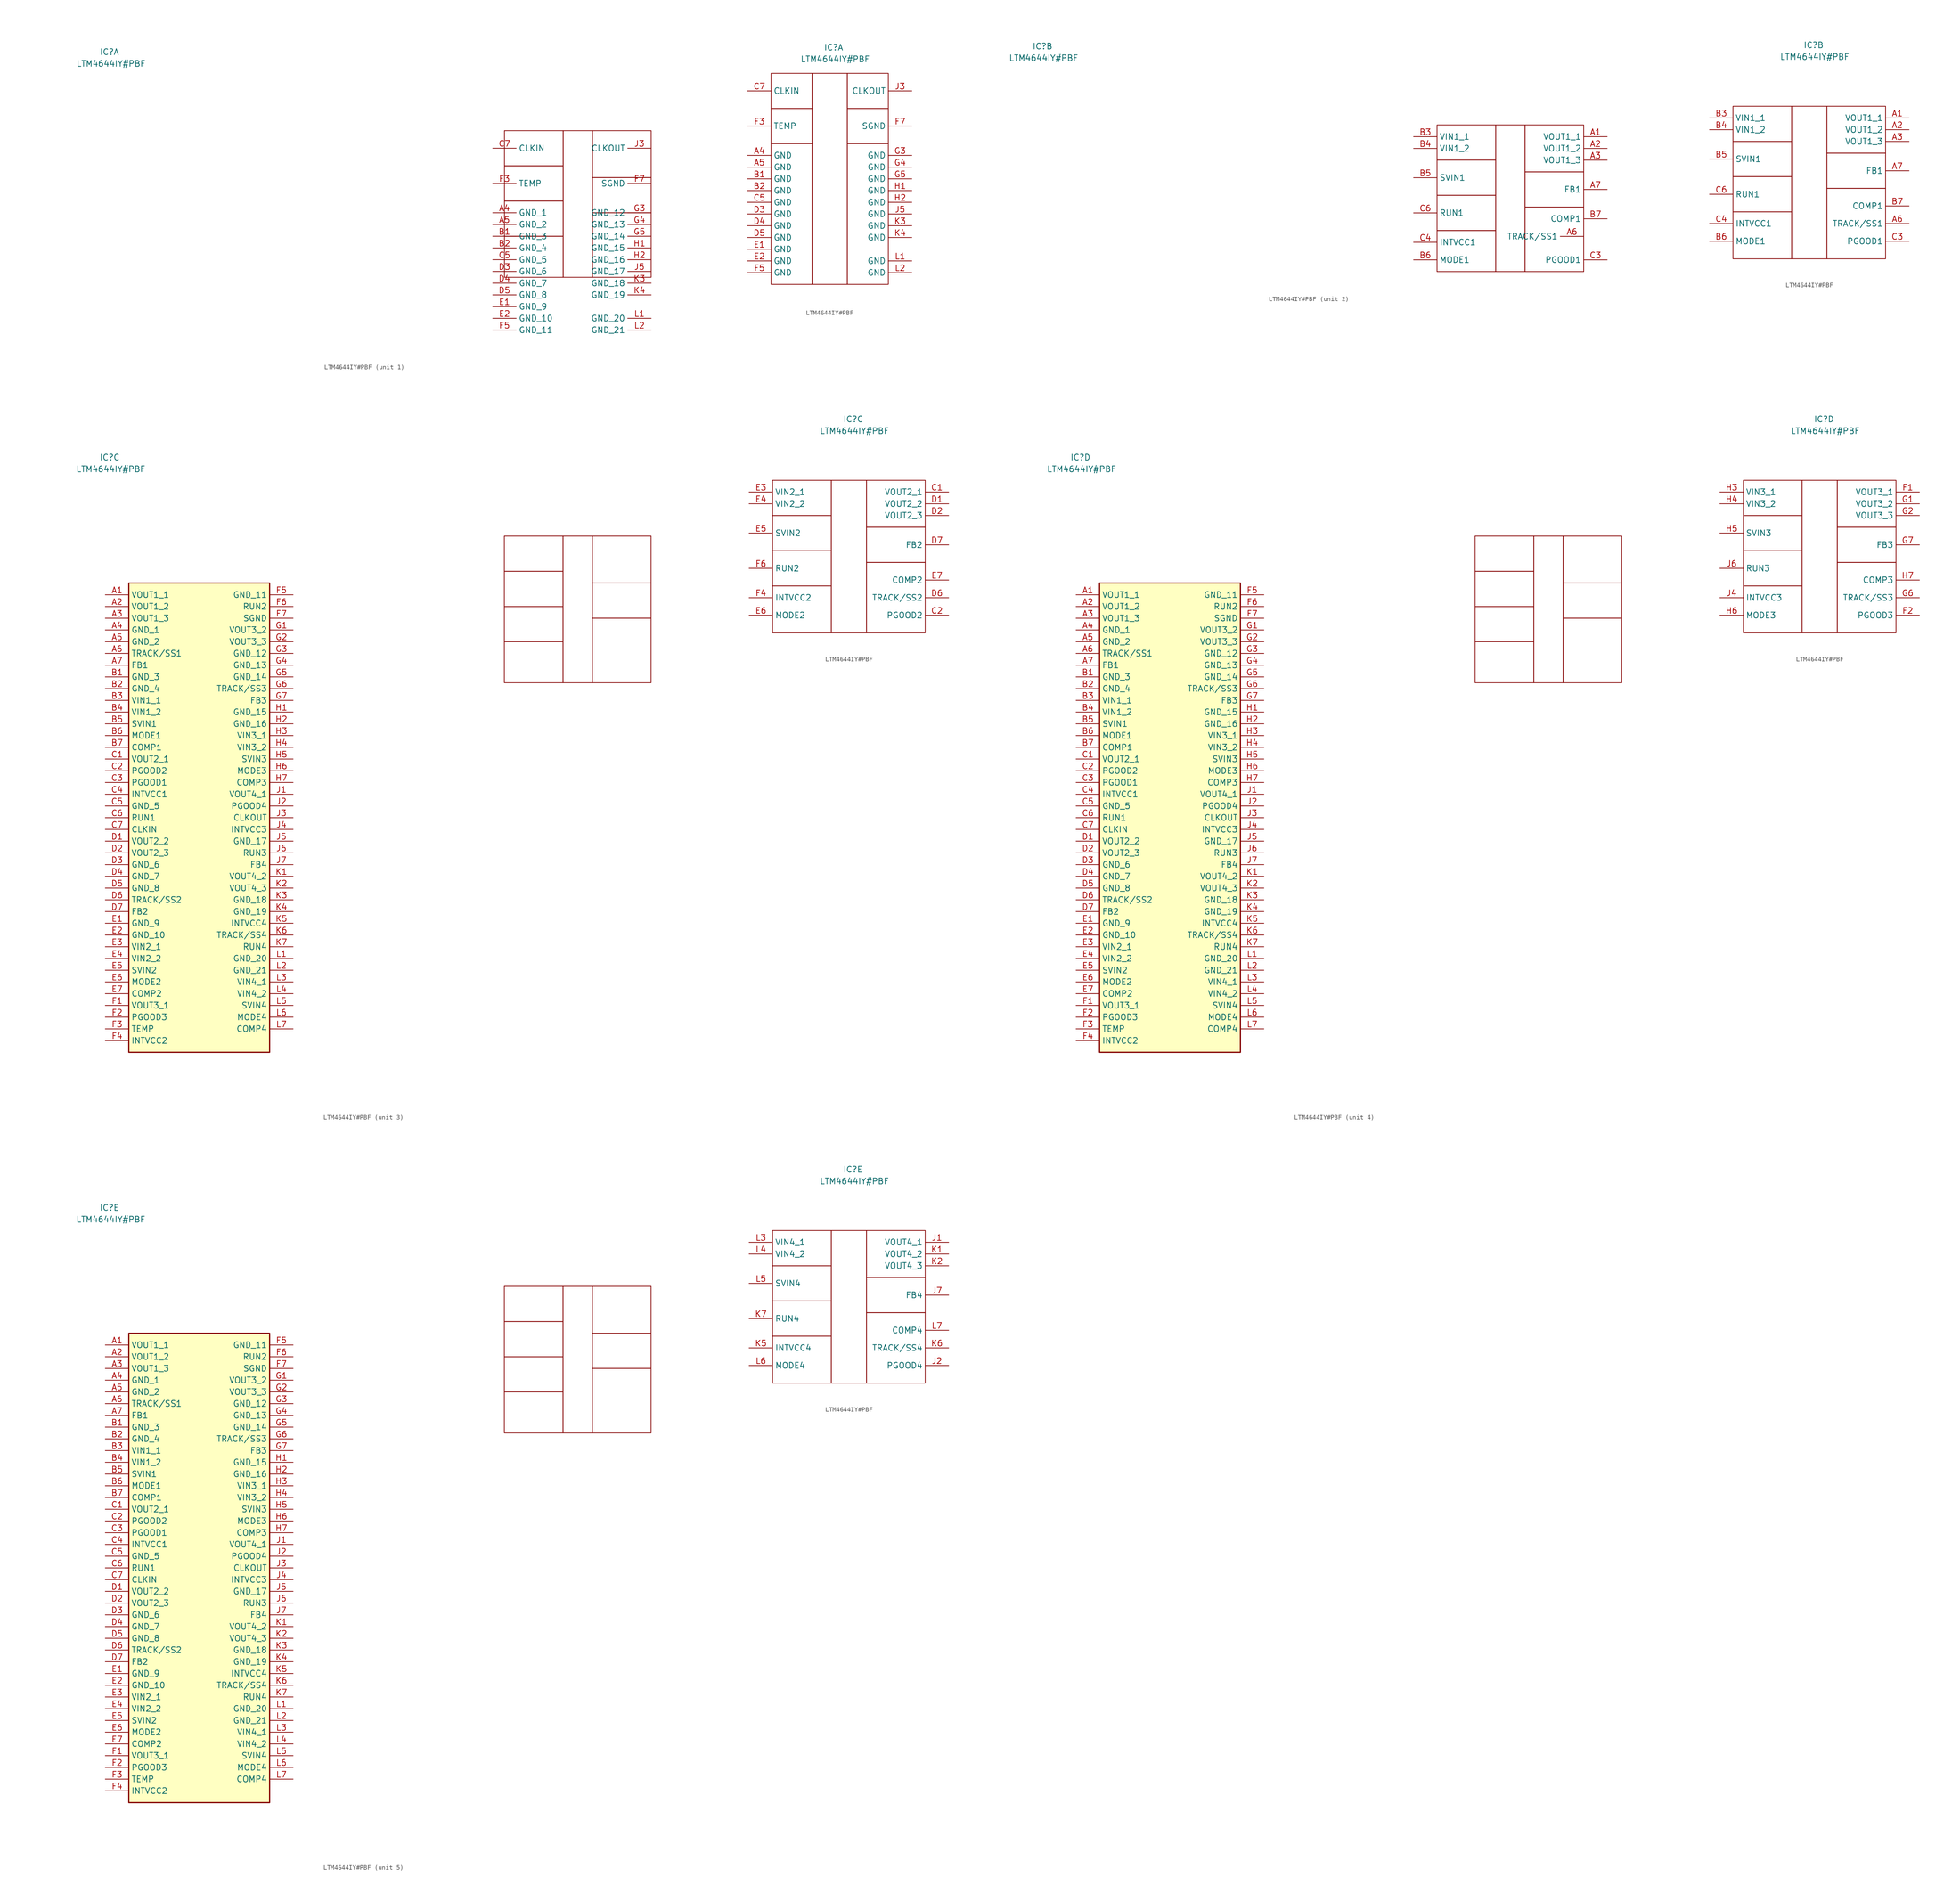
<source format=kicad_sym>
(kicad_symbol_lib
  (version 20241209)
  (generator "kicad_symbol_editor")
  (generator_version "9.0")
  (symbol "LTM4644IY#PBF"
    (property "Reference" "IC"
      (at -1.27 30.48 0)
      (effects (font (size 1.27 1.27)) (justify left top)))
    (property "Value" "LTM4644IY#PBF"
      (at -6.35 27.94 0)
      (effects (font (size 1.27 1.27)) (justify left top)))
    (property "ki_locked" ""
      (at 0 0 0)
      (effects (font (size 1.27 1.27))))
    (symbol "LTM4644IY#PBF_0_1"
      (rectangle (start 86.36 12.7) (end 99.06 5.08) (stroke (width 0) (type default)) (fill (type none)))
      (rectangle (start 86.36 5.08) (end 99.06 -2.54) (stroke (width 0) (type default)) (fill (type none)))
      (rectangle (start 86.36 -2.54) (end 99.06 -10.16) (stroke (width 0) (type default)) (fill (type none)))
      (rectangle (start 86.36 -10.16) (end 99.06 -19.05) (stroke (width 0) (type default)) (fill (type none)))
      (rectangle (start 99.06 12.7) (end 105.41 -19.05) (stroke (width 0) (type default)) (fill (type none)))
      (rectangle (start 105.41 12.7) (end 118.11 2.54) (stroke (width 0) (type default)) (fill (type none)))
      (rectangle (start 105.41 2.54) (end 118.11 -5.08) (stroke (width 0) (type default)) (fill (type none)))
      (rectangle (start 105.41 -5.08) (end 118.11 -19.05) (stroke (width 0) (type default)) (fill (type none))))
    (symbol "LTM4644IY#PBF_1_1"
      (pin passive line (at 83.82 8.89 0) (length 5.08) (name "CLKIN" (effects (font (size 1.27 1.27)))) (number "C7" (effects (font (size 1.27 1.27)))))
      (pin passive line (at 83.82 1.27 0) (length 5.08) (name "TEMP" (effects (font (size 1.27 1.27)))) (number "F3" (effects (font (size 1.27 1.27)))))
      (pin passive line (at 83.82 -5.08 0) (length 5.08) (name "GND_1" (effects (font (size 1.27 1.27)))) (number "A4" (effects (font (size 1.27 1.27)))))
      (pin passive line (at 83.82 -7.62 0) (length 5.08) (name "GND_2" (effects (font (size 1.27 1.27)))) (number "A5" (effects (font (size 1.27 1.27)))))
      (pin passive line (at 83.82 -10.16 0) (length 5.08) (name "GND_3" (effects (font (size 1.27 1.27)))) (number "B1" (effects (font (size 1.27 1.27)))))
      (pin passive line (at 83.82 -12.7 0) (length 5.08) (name "GND_4" (effects (font (size 1.27 1.27)))) (number "B2" (effects (font (size 1.27 1.27)))))
      (pin passive line (at 83.82 -15.24 0) (length 5.08) (name "GND_5" (effects (font (size 1.27 1.27)))) (number "C5" (effects (font (size 1.27 1.27)))))
      (pin passive line (at 83.82 -17.78 0) (length 5.08) (name "GND_6" (effects (font (size 1.27 1.27)))) (number "D3" (effects (font (size 1.27 1.27)))))
      (pin passive line (at 83.82 -20.32 0) (length 5.08) (name "GND_7" (effects (font (size 1.27 1.27)))) (number "D4" (effects (font (size 1.27 1.27)))))
      (pin passive line (at 83.82 -22.86 0) (length 5.08) (name "GND_8" (effects (font (size 1.27 1.27)))) (number "D5" (effects (font (size 1.27 1.27)))))
      (pin passive line (at 83.82 -25.4 0) (length 5.08) (name "GND_9" (effects (font (size 1.27 1.27)))) (number "E1" (effects (font (size 1.27 1.27)))))
      (pin passive line (at 83.82 -27.94 0) (length 5.08) (name "GND_10" (effects (font (size 1.27 1.27)))) (number "E2" (effects (font (size 1.27 1.27)))))
      (pin passive line (at 83.82 -30.48 0) (length 5.08) (name "GND_11" (effects (font (size 1.27 1.27)))) (number "F5" (effects (font (size 1.27 1.27)))))
      (pin passive line (at 118.11 8.89 180) (length 5.08) (name "CLKOUT" (effects (font (size 1.27 1.27)))) (number "J3" (effects (font (size 1.27 1.27)))))
      (pin passive line (at 118.11 1.27 180) (length 5.08) (name "SGND" (effects (font (size 1.27 1.27)))) (number "F7" (effects (font (size 1.27 1.27)))))
      (pin passive line (at 118.11 -5.08 180) (length 5.08) (name "GND_12" (effects (font (size 1.27 1.27)))) (number "G3" (effects (font (size 1.27 1.27)))))
      (pin passive line (at 118.11 -7.62 180) (length 5.08) (name "GND_13" (effects (font (size 1.27 1.27)))) (number "G4" (effects (font (size 1.27 1.27)))))
      (pin passive line (at 118.11 -10.16 180) (length 5.08) (name "GND_14" (effects (font (size 1.27 1.27)))) (number "G5" (effects (font (size 1.27 1.27)))))
      (pin passive line (at 118.11 -12.7 180) (length 5.08) (name "GND_15" (effects (font (size 1.27 1.27)))) (number "H1" (effects (font (size 1.27 1.27)))))
      (pin passive line (at 118.11 -15.24 180) (length 5.08) (name "GND_16" (effects (font (size 1.27 1.27)))) (number "H2" (effects (font (size 1.27 1.27)))))
      (pin passive line (at 118.11 -17.78 180) (length 5.08) (name "GND_17" (effects (font (size 1.27 1.27)))) (number "J5" (effects (font (size 1.27 1.27)))))
      (pin passive line (at 118.11 -20.32 180) (length 5.08) (name "GND_18" (effects (font (size 1.27 1.27)))) (number "K3" (effects (font (size 1.27 1.27)))))
      (pin passive line (at 118.11 -22.86 180) (length 5.08) (name "GND_19" (effects (font (size 1.27 1.27)))) (number "K4" (effects (font (size 1.27 1.27)))))
      (pin passive line (at 118.11 -27.94 180) (length 5.08) (name "GND_20" (effects (font (size 1.27 1.27)))) (number "L1" (effects (font (size 1.27 1.27)))))
      (pin passive line (at 118.11 -30.48 180) (length 5.08) (name "GND_21" (effects (font (size 1.27 1.27)))) (number "L2" (effects (font (size 1.27 1.27))))))
    (symbol "LTM4644IY#PBF_1_2"
      (rectangle (start -12.7 24.13) (end -3.81 16.51) (stroke (width 0) (type default)) (fill (type none)))
      (rectangle (start -12.7 16.51) (end -3.81 8.89) (stroke (width 0) (type default)) (fill (type none)))
      (rectangle (start -12.7 8.89) (end -3.81 -21.59) (stroke (width 0) (type default)) (fill (type none)))
      (rectangle (start -3.81 24.13) (end 3.81 -21.59) (stroke (width 0) (type default)) (fill (type none)))
      (rectangle (start 3.81 24.13) (end 12.7 16.51) (stroke (width 0) (type default)) (fill (type none)))
      (rectangle (start 3.81 16.51) (end 12.7 8.89) (stroke (width 0) (type default)) (fill (type none)))
      (rectangle (start 3.81 8.89) (end 12.7 -21.59) (stroke (width 0) (type default)) (fill (type none)))
      (pin passive line (at -17.78 20.32 0) (length 5.08) (name "CLKIN" (effects (font (size 1.27 1.27)))) (number "C7" (effects (font (size 1.27 1.27)))))
      (pin passive line (at -17.78 12.7 0) (length 5.08) (name "TEMP" (effects (font (size 1.27 1.27)))) (number "F3" (effects (font (size 1.27 1.27)))))
      (pin passive line (at -17.78 6.35 0) (length 5.08) (name "GND" (effects (font (size 1.27 1.27)))) (number "A4" (effects (font (size 1.27 1.27)))))
      (pin passive line (at -17.78 3.81 0) (length 5.08) (name "GND" (effects (font (size 1.27 1.27)))) (number "A5" (effects (font (size 1.27 1.27)))))
      (pin passive line (at -17.78 1.27 0) (length 5.08) (name "GND" (effects (font (size 1.27 1.27)))) (number "B1" (effects (font (size 1.27 1.27)))))
      (pin passive line (at -17.78 -1.27 0) (length 5.08) (name "GND" (effects (font (size 1.27 1.27)))) (number "B2" (effects (font (size 1.27 1.27)))))
      (pin passive line (at -17.78 -3.81 0) (length 5.08) (name "GND" (effects (font (size 1.27 1.27)))) (number "C5" (effects (font (size 1.27 1.27)))))
      (pin passive line (at -17.78 -6.35 0) (length 5.08) (name "GND" (effects (font (size 1.27 1.27)))) (number "D3" (effects (font (size 1.27 1.27)))))
      (pin passive line (at -17.78 -8.89 0) (length 5.08) (name "GND" (effects (font (size 1.27 1.27)))) (number "D4" (effects (font (size 1.27 1.27)))))
      (pin passive line (at -17.78 -11.43 0) (length 5.08) (name "GND" (effects (font (size 1.27 1.27)))) (number "D5" (effects (font (size 1.27 1.27)))))
      (pin passive line (at -17.78 -13.97 0) (length 5.08) (name "GND" (effects (font (size 1.27 1.27)))) (number "E1" (effects (font (size 1.27 1.27)))))
      (pin passive line (at -17.78 -16.51 0) (length 5.08) (name "GND" (effects (font (size 1.27 1.27)))) (number "E2" (effects (font (size 1.27 1.27)))))
      (pin passive line (at -17.78 -19.05 0) (length 5.08) (name "GND" (effects (font (size 1.27 1.27)))) (number "F5" (effects (font (size 1.27 1.27)))))
      (pin passive line (at 17.78 20.32 180) (length 5.08) (name "CLKOUT" (effects (font (size 1.27 1.27)))) (number "J3" (effects (font (size 1.27 1.27)))))
      (pin passive line (at 17.78 12.7 180) (length 5.08) (name "SGND" (effects (font (size 1.27 1.27)))) (number "F7" (effects (font (size 1.27 1.27)))))
      (pin passive line (at 17.78 6.35 180) (length 5.08) (name "GND" (effects (font (size 1.27 1.27)))) (number "G3" (effects (font (size 1.27 1.27)))))
      (pin passive line (at 17.78 3.81 180) (length 5.08) (name "GND" (effects (font (size 1.27 1.27)))) (number "G4" (effects (font (size 1.27 1.27)))))
      (pin passive line (at 17.78 1.27 180) (length 5.08) (name "GND" (effects (font (size 1.27 1.27)))) (number "G5" (effects (font (size 1.27 1.27)))))
      (pin passive line (at 17.78 -1.27 180) (length 5.08) (name "GND" (effects (font (size 1.27 1.27)))) (number "H1" (effects (font (size 1.27 1.27)))))
      (pin passive line (at 17.78 -3.81 180) (length 5.08) (name "GND" (effects (font (size 1.27 1.27)))) (number "H2" (effects (font (size 1.27 1.27)))))
      (pin passive line (at 17.78 -6.35 180) (length 5.08) (name "GND" (effects (font (size 1.27 1.27)))) (number "J5" (effects (font (size 1.27 1.27)))))
      (pin passive line (at 17.78 -8.89 180) (length 5.08) (name "GND" (effects (font (size 1.27 1.27)))) (number "K3" (effects (font (size 1.27 1.27)))))
      (pin passive line (at 17.78 -11.43 180) (length 5.08) (name "GND" (effects (font (size 1.27 1.27)))) (number "K4" (effects (font (size 1.27 1.27)))))
      (pin passive line (at 17.78 -16.51 180) (length 5.08) (name "GND" (effects (font (size 1.27 1.27)))) (number "L1" (effects (font (size 1.27 1.27)))))
      (pin passive line (at 17.78 -19.05 180) (length 5.08) (name "GND" (effects (font (size 1.27 1.27)))) (number "L2" (effects (font (size 1.27 1.27))))))
    (symbol "LTM4644IY#PBF_2_1"
      (pin passive line (at 81.28 10.16 0) (length 5.08) (name "VIN1_1" (effects (font (size 1.27 1.27)))) (number "B3" (effects (font (size 1.27 1.27)))))
      (pin passive line (at 81.28 7.62 0) (length 5.08) (name "VIN1_2" (effects (font (size 1.27 1.27)))) (number "B4" (effects (font (size 1.27 1.27)))))
      (pin passive line (at 81.28 1.27 0) (length 5.08) (name "SVIN1" (effects (font (size 1.27 1.27)))) (number "B5" (effects (font (size 1.27 1.27)))))
      (pin passive line (at 81.28 -6.35 0) (length 5.08) (name "RUN1" (effects (font (size 1.27 1.27)))) (number "C6" (effects (font (size 1.27 1.27)))))
      (pin passive line (at 81.28 -12.7 0) (length 5.08) (name "INTVCC1" (effects (font (size 1.27 1.27)))) (number "C4" (effects (font (size 1.27 1.27)))))
      (pin passive line (at 81.28 -16.51 0) (length 5.08) (name "MODE1" (effects (font (size 1.27 1.27)))) (number "B6" (effects (font (size 1.27 1.27)))))
      (pin passive line (at 118.11 -11.43 180) (length 5.08) (name "TRACK/SS1" (effects (font (size 1.27 1.27)))) (number "A6" (effects (font (size 1.27 1.27)))))
      (pin passive line (at 123.19 10.16 180) (length 5.08) (name "VOUT1_1" (effects (font (size 1.27 1.27)))) (number "A1" (effects (font (size 1.27 1.27)))))
      (pin passive line (at 123.19 7.62 180) (length 5.08) (name "VOUT1_2" (effects (font (size 1.27 1.27)))) (number "A2" (effects (font (size 1.27 1.27)))))
      (pin passive line (at 123.19 5.08 180) (length 5.08) (name "VOUT1_3" (effects (font (size 1.27 1.27)))) (number "A3" (effects (font (size 1.27 1.27)))))
      (pin passive line (at 123.19 -1.27 180) (length 5.08) (name "FB1" (effects (font (size 1.27 1.27)))) (number "A7" (effects (font (size 1.27 1.27)))))
      (pin passive line (at 123.19 -7.62 180) (length 5.08) (name "COMP1" (effects (font (size 1.27 1.27)))) (number "B7" (effects (font (size 1.27 1.27)))))
      (pin passive line (at 123.19 -16.51 180) (length 5.08) (name "PGOOD1" (effects (font (size 1.27 1.27)))) (number "C3" (effects (font (size 1.27 1.27))))))
    (symbol "LTM4644IY#PBF_2_2"
      (rectangle (start -16.51 16.51) (end -3.81 8.89) (stroke (width 0) (type default)) (fill (type none)))
      (rectangle (start -16.51 8.89) (end -3.81 1.27) (stroke (width 0) (type default)) (fill (type none)))
      (rectangle (start -16.51 1.27) (end -3.81 -6.35) (stroke (width 0) (type default)) (fill (type none)))
      (rectangle (start -16.51 -6.35) (end -3.81 -16.51) (stroke (width 0) (type default)) (fill (type none)))
      (rectangle (start -3.81 16.51) (end 3.81 -16.51) (stroke (width 0) (type default)) (fill (type none)))
      (rectangle (start 3.81 16.51) (end 16.51 6.35) (stroke (width 0) (type default)) (fill (type none)))
      (rectangle (start 3.81 6.35) (end 16.51 -1.27) (stroke (width 0) (type default)) (fill (type none)))
      (rectangle (start 3.81 -1.27) (end 16.51 -16.51) (stroke (width 0) (type default)) (fill (type none)))
      (pin passive line (at -21.59 13.97 0) (length 5.08) (name "VIN1_1" (effects (font (size 1.27 1.27)))) (number "B3" (effects (font (size 1.27 1.27)))))
      (pin passive line (at -21.59 11.43 0) (length 5.08) (name "VIN1_2" (effects (font (size 1.27 1.27)))) (number "B4" (effects (font (size 1.27 1.27)))))
      (pin passive line (at -21.59 5.08 0) (length 5.08) (name "SVIN1" (effects (font (size 1.27 1.27)))) (number "B5" (effects (font (size 1.27 1.27)))))
      (pin passive line (at -21.59 -2.54 0) (length 5.08) (name "RUN1" (effects (font (size 1.27 1.27)))) (number "C6" (effects (font (size 1.27 1.27)))))
      (pin passive line (at -21.59 -8.89 0) (length 5.08) (name "INTVCC1" (effects (font (size 1.27 1.27)))) (number "C4" (effects (font (size 1.27 1.27)))))
      (pin passive line (at -21.59 -12.7 0) (length 5.08) (name "MODE1" (effects (font (size 1.27 1.27)))) (number "B6" (effects (font (size 1.27 1.27)))))
      (pin passive line (at 21.59 13.97 180) (length 5.08) (name "VOUT1_1" (effects (font (size 1.27 1.27)))) (number "A1" (effects (font (size 1.27 1.27)))))
      (pin passive line (at 21.59 11.43 180) (length 5.08) (name "VOUT1_2" (effects (font (size 1.27 1.27)))) (number "A2" (effects (font (size 1.27 1.27)))))
      (pin passive line (at 21.59 8.89 180) (length 5.08) (name "VOUT1_3" (effects (font (size 1.27 1.27)))) (number "A3" (effects (font (size 1.27 1.27)))))
      (pin passive line (at 21.59 2.54 180) (length 5.08) (name "FB1" (effects (font (size 1.27 1.27)))) (number "A7" (effects (font (size 1.27 1.27)))))
      (pin passive line (at 21.59 -5.08 180) (length 5.08) (name "COMP1" (effects (font (size 1.27 1.27)))) (number "B7" (effects (font (size 1.27 1.27)))))
      (pin passive line (at 21.59 -8.89 180) (length 5.08) (name "TRACK/SS1" (effects (font (size 1.27 1.27)))) (number "A6" (effects (font (size 1.27 1.27)))))
      (pin passive line (at 21.59 -12.7 180) (length 5.08) (name "PGOOD1" (effects (font (size 1.27 1.27)))) (number "C3" (effects (font (size 1.27 1.27))))))
    (symbol "LTM4644IY#PBF_3_1"
      (rectangle (start 5.08 2.54) (end 35.56 -99.06) (stroke (width 0.254) (type default)) (fill (type background)))
      (pin passive line (at 0 0 0) (length 5.08) (name "VOUT1_1" (effects (font (size 1.27 1.27)))) (number "A1" (effects (font (size 1.27 1.27)))))
      (pin passive line (at 0 -2.54 0) (length 5.08) (name "VOUT1_2" (effects (font (size 1.27 1.27)))) (number "A2" (effects (font (size 1.27 1.27)))))
      (pin passive line (at 0 -5.08 0) (length 5.08) (name "VOUT1_3" (effects (font (size 1.27 1.27)))) (number "A3" (effects (font (size 1.27 1.27)))))
      (pin passive line (at 0 -7.62 0) (length 5.08) (name "GND_1" (effects (font (size 1.27 1.27)))) (number "A4" (effects (font (size 1.27 1.27)))))
      (pin passive line (at 0 -10.16 0) (length 5.08) (name "GND_2" (effects (font (size 1.27 1.27)))) (number "A5" (effects (font (size 1.27 1.27)))))
      (pin passive line (at 0 -12.7 0) (length 5.08) (name "TRACK/SS1" (effects (font (size 1.27 1.27)))) (number "A6" (effects (font (size 1.27 1.27)))))
      (pin passive line (at 0 -15.24 0) (length 5.08) (name "FB1" (effects (font (size 1.27 1.27)))) (number "A7" (effects (font (size 1.27 1.27)))))
      (pin passive line (at 0 -17.78 0) (length 5.08) (name "GND_3" (effects (font (size 1.27 1.27)))) (number "B1" (effects (font (size 1.27 1.27)))))
      (pin passive line (at 0 -20.32 0) (length 5.08) (name "GND_4" (effects (font (size 1.27 1.27)))) (number "B2" (effects (font (size 1.27 1.27)))))
      (pin passive line (at 0 -22.86 0) (length 5.08) (name "VIN1_1" (effects (font (size 1.27 1.27)))) (number "B3" (effects (font (size 1.27 1.27)))))
      (pin passive line (at 0 -25.4 0) (length 5.08) (name "VIN1_2" (effects (font (size 1.27 1.27)))) (number "B4" (effects (font (size 1.27 1.27)))))
      (pin passive line (at 0 -27.94 0) (length 5.08) (name "SVIN1" (effects (font (size 1.27 1.27)))) (number "B5" (effects (font (size 1.27 1.27)))))
      (pin passive line (at 0 -30.48 0) (length 5.08) (name "MODE1" (effects (font (size 1.27 1.27)))) (number "B6" (effects (font (size 1.27 1.27)))))
      (pin passive line (at 0 -33.02 0) (length 5.08) (name "COMP1" (effects (font (size 1.27 1.27)))) (number "B7" (effects (font (size 1.27 1.27)))))
      (pin passive line (at 0 -35.56 0) (length 5.08) (name "VOUT2_1" (effects (font (size 1.27 1.27)))) (number "C1" (effects (font (size 1.27 1.27)))))
      (pin passive line (at 0 -38.1 0) (length 5.08) (name "PGOOD2" (effects (font (size 1.27 1.27)))) (number "C2" (effects (font (size 1.27 1.27)))))
      (pin passive line (at 0 -40.64 0) (length 5.08) (name "PGOOD1" (effects (font (size 1.27 1.27)))) (number "C3" (effects (font (size 1.27 1.27)))))
      (pin passive line (at 0 -43.18 0) (length 5.08) (name "INTVCC1" (effects (font (size 1.27 1.27)))) (number "C4" (effects (font (size 1.27 1.27)))))
      (pin passive line (at 0 -45.72 0) (length 5.08) (name "GND_5" (effects (font (size 1.27 1.27)))) (number "C5" (effects (font (size 1.27 1.27)))))
      (pin passive line (at 0 -48.26 0) (length 5.08) (name "RUN1" (effects (font (size 1.27 1.27)))) (number "C6" (effects (font (size 1.27 1.27)))))
      (pin passive line (at 0 -50.8 0) (length 5.08) (name "CLKIN" (effects (font (size 1.27 1.27)))) (number "C7" (effects (font (size 1.27 1.27)))))
      (pin passive line (at 0 -53.34 0) (length 5.08) (name "VOUT2_2" (effects (font (size 1.27 1.27)))) (number "D1" (effects (font (size 1.27 1.27)))))
      (pin passive line (at 0 -55.88 0) (length 5.08) (name "VOUT2_3" (effects (font (size 1.27 1.27)))) (number "D2" (effects (font (size 1.27 1.27)))))
      (pin passive line (at 0 -58.42 0) (length 5.08) (name "GND_6" (effects (font (size 1.27 1.27)))) (number "D3" (effects (font (size 1.27 1.27)))))
      (pin passive line (at 0 -60.96 0) (length 5.08) (name "GND_7" (effects (font (size 1.27 1.27)))) (number "D4" (effects (font (size 1.27 1.27)))))
      (pin passive line (at 0 -63.5 0) (length 5.08) (name "GND_8" (effects (font (size 1.27 1.27)))) (number "D5" (effects (font (size 1.27 1.27)))))
      (pin passive line (at 0 -66.04 0) (length 5.08) (name "TRACK/SS2" (effects (font (size 1.27 1.27)))) (number "D6" (effects (font (size 1.27 1.27)))))
      (pin passive line (at 0 -68.58 0) (length 5.08) (name "FB2" (effects (font (size 1.27 1.27)))) (number "D7" (effects (font (size 1.27 1.27)))))
      (pin passive line (at 0 -71.12 0) (length 5.08) (name "GND_9" (effects (font (size 1.27 1.27)))) (number "E1" (effects (font (size 1.27 1.27)))))
      (pin passive line (at 0 -73.66 0) (length 5.08) (name "GND_10" (effects (font (size 1.27 1.27)))) (number "E2" (effects (font (size 1.27 1.27)))))
      (pin passive line (at 0 -76.2 0) (length 5.08) (name "VIN2_1" (effects (font (size 1.27 1.27)))) (number "E3" (effects (font (size 1.27 1.27)))))
      (pin passive line (at 0 -78.74 0) (length 5.08) (name "VIN2_2" (effects (font (size 1.27 1.27)))) (number "E4" (effects (font (size 1.27 1.27)))))
      (pin passive line (at 0 -81.28 0) (length 5.08) (name "SVIN2" (effects (font (size 1.27 1.27)))) (number "E5" (effects (font (size 1.27 1.27)))))
      (pin passive line (at 0 -83.82 0) (length 5.08) (name "MODE2" (effects (font (size 1.27 1.27)))) (number "E6" (effects (font (size 1.27 1.27)))))
      (pin passive line (at 0 -86.36 0) (length 5.08) (name "COMP2" (effects (font (size 1.27 1.27)))) (number "E7" (effects (font (size 1.27 1.27)))))
      (pin passive line (at 0 -88.9 0) (length 5.08) (name "VOUT3_1" (effects (font (size 1.27 1.27)))) (number "F1" (effects (font (size 1.27 1.27)))))
      (pin passive line (at 0 -91.44 0) (length 5.08) (name "PGOOD3" (effects (font (size 1.27 1.27)))) (number "F2" (effects (font (size 1.27 1.27)))))
      (pin passive line (at 0 -93.98 0) (length 5.08) (name "TEMP" (effects (font (size 1.27 1.27)))) (number "F3" (effects (font (size 1.27 1.27)))))
      (pin passive line (at 0 -96.52 0) (length 5.08) (name "INTVCC2" (effects (font (size 1.27 1.27)))) (number "F4" (effects (font (size 1.27 1.27)))))
      (pin passive line (at 40.64 0 180) (length 5.08) (name "GND_11" (effects (font (size 1.27 1.27)))) (number "F5" (effects (font (size 1.27 1.27)))))
      (pin passive line (at 40.64 -2.54 180) (length 5.08) (name "RUN2" (effects (font (size 1.27 1.27)))) (number "F6" (effects (font (size 1.27 1.27)))))
      (pin passive line (at 40.64 -5.08 180) (length 5.08) (name "SGND" (effects (font (size 1.27 1.27)))) (number "F7" (effects (font (size 1.27 1.27)))))
      (pin passive line (at 40.64 -7.62 180) (length 5.08) (name "VOUT3_2" (effects (font (size 1.27 1.27)))) (number "G1" (effects (font (size 1.27 1.27)))))
      (pin passive line (at 40.64 -10.16 180) (length 5.08) (name "VOUT3_3" (effects (font (size 1.27 1.27)))) (number "G2" (effects (font (size 1.27 1.27)))))
      (pin passive line (at 40.64 -12.7 180) (length 5.08) (name "GND_12" (effects (font (size 1.27 1.27)))) (number "G3" (effects (font (size 1.27 1.27)))))
      (pin passive line (at 40.64 -15.24 180) (length 5.08) (name "GND_13" (effects (font (size 1.27 1.27)))) (number "G4" (effects (font (size 1.27 1.27)))))
      (pin passive line (at 40.64 -17.78 180) (length 5.08) (name "GND_14" (effects (font (size 1.27 1.27)))) (number "G5" (effects (font (size 1.27 1.27)))))
      (pin passive line (at 40.64 -20.32 180) (length 5.08) (name "TRACK/SS3" (effects (font (size 1.27 1.27)))) (number "G6" (effects (font (size 1.27 1.27)))))
      (pin passive line (at 40.64 -22.86 180) (length 5.08) (name "FB3" (effects (font (size 1.27 1.27)))) (number "G7" (effects (font (size 1.27 1.27)))))
      (pin passive line (at 40.64 -25.4 180) (length 5.08) (name "GND_15" (effects (font (size 1.27 1.27)))) (number "H1" (effects (font (size 1.27 1.27)))))
      (pin passive line (at 40.64 -27.94 180) (length 5.08) (name "GND_16" (effects (font (size 1.27 1.27)))) (number "H2" (effects (font (size 1.27 1.27)))))
      (pin passive line (at 40.64 -30.48 180) (length 5.08) (name "VIN3_1" (effects (font (size 1.27 1.27)))) (number "H3" (effects (font (size 1.27 1.27)))))
      (pin passive line (at 40.64 -33.02 180) (length 5.08) (name "VIN3_2" (effects (font (size 1.27 1.27)))) (number "H4" (effects (font (size 1.27 1.27)))))
      (pin passive line (at 40.64 -35.56 180) (length 5.08) (name "SVIN3" (effects (font (size 1.27 1.27)))) (number "H5" (effects (font (size 1.27 1.27)))))
      (pin passive line (at 40.64 -38.1 180) (length 5.08) (name "MODE3" (effects (font (size 1.27 1.27)))) (number "H6" (effects (font (size 1.27 1.27)))))
      (pin passive line (at 40.64 -40.64 180) (length 5.08) (name "COMP3" (effects (font (size 1.27 1.27)))) (number "H7" (effects (font (size 1.27 1.27)))))
      (pin passive line (at 40.64 -43.18 180) (length 5.08) (name "VOUT4_1" (effects (font (size 1.27 1.27)))) (number "J1" (effects (font (size 1.27 1.27)))))
      (pin passive line (at 40.64 -45.72 180) (length 5.08) (name "PGOOD4" (effects (font (size 1.27 1.27)))) (number "J2" (effects (font (size 1.27 1.27)))))
      (pin passive line (at 40.64 -48.26 180) (length 5.08) (name "CLKOUT" (effects (font (size 1.27 1.27)))) (number "J3" (effects (font (size 1.27 1.27)))))
      (pin passive line (at 40.64 -50.8 180) (length 5.08) (name "INTVCC3" (effects (font (size 1.27 1.27)))) (number "J4" (effects (font (size 1.27 1.27)))))
      (pin passive line (at 40.64 -53.34 180) (length 5.08) (name "GND_17" (effects (font (size 1.27 1.27)))) (number "J5" (effects (font (size 1.27 1.27)))))
      (pin passive line (at 40.64 -55.88 180) (length 5.08) (name "RUN3" (effects (font (size 1.27 1.27)))) (number "J6" (effects (font (size 1.27 1.27)))))
      (pin passive line (at 40.64 -58.42 180) (length 5.08) (name "FB4" (effects (font (size 1.27 1.27)))) (number "J7" (effects (font (size 1.27 1.27)))))
      (pin passive line (at 40.64 -60.96 180) (length 5.08) (name "VOUT4_2" (effects (font (size 1.27 1.27)))) (number "K1" (effects (font (size 1.27 1.27)))))
      (pin passive line (at 40.64 -63.5 180) (length 5.08) (name "VOUT4_3" (effects (font (size 1.27 1.27)))) (number "K2" (effects (font (size 1.27 1.27)))))
      (pin passive line (at 40.64 -66.04 180) (length 5.08) (name "GND_18" (effects (font (size 1.27 1.27)))) (number "K3" (effects (font (size 1.27 1.27)))))
      (pin passive line (at 40.64 -68.58 180) (length 5.08) (name "GND_19" (effects (font (size 1.27 1.27)))) (number "K4" (effects (font (size 1.27 1.27)))))
      (pin passive line (at 40.64 -71.12 180) (length 5.08) (name "INTVCC4" (effects (font (size 1.27 1.27)))) (number "K5" (effects (font (size 1.27 1.27)))))
      (pin passive line (at 40.64 -73.66 180) (length 5.08) (name "TRACK/SS4" (effects (font (size 1.27 1.27)))) (number "K6" (effects (font (size 1.27 1.27)))))
      (pin passive line (at 40.64 -76.2 180) (length 5.08) (name "RUN4" (effects (font (size 1.27 1.27)))) (number "K7" (effects (font (size 1.27 1.27)))))
      (pin passive line (at 40.64 -78.74 180) (length 5.08) (name "GND_20" (effects (font (size 1.27 1.27)))) (number "L1" (effects (font (size 1.27 1.27)))))
      (pin passive line (at 40.64 -81.28 180) (length 5.08) (name "GND_21" (effects (font (size 1.27 1.27)))) (number "L2" (effects (font (size 1.27 1.27)))))
      (pin passive line (at 40.64 -83.82 180) (length 5.08) (name "VIN4_1" (effects (font (size 1.27 1.27)))) (number "L3" (effects (font (size 1.27 1.27)))))
      (pin passive line (at 40.64 -86.36 180) (length 5.08) (name "VIN4_2" (effects (font (size 1.27 1.27)))) (number "L4" (effects (font (size 1.27 1.27)))))
      (pin passive line (at 40.64 -88.9 180) (length 5.08) (name "SVIN4" (effects (font (size 1.27 1.27)))) (number "L5" (effects (font (size 1.27 1.27)))))
      (pin passive line (at 40.64 -91.44 180) (length 5.08) (name "MODE4" (effects (font (size 1.27 1.27)))) (number "L6" (effects (font (size 1.27 1.27)))))
      (pin passive line (at 40.64 -93.98 180) (length 5.08) (name "COMP4" (effects (font (size 1.27 1.27)))) (number "L7" (effects (font (size 1.27 1.27))))))
    (symbol "LTM4644IY#PBF_3_2"
      (rectangle (start -16.51 16.51) (end -3.81 8.89) (stroke (width 0) (type default)) (fill (type none)))
      (rectangle (start -16.51 8.89) (end -3.81 1.27) (stroke (width 0) (type default)) (fill (type none)))
      (rectangle (start -16.51 1.27) (end -3.81 -6.35) (stroke (width 0) (type default)) (fill (type none)))
      (rectangle (start -16.51 -6.35) (end -3.81 -16.51) (stroke (width 0) (type default)) (fill (type none)))
      (rectangle (start -3.81 16.51) (end 3.81 -16.51) (stroke (width 0) (type default)) (fill (type none)))
      (rectangle (start 3.81 16.51) (end 16.51 6.35) (stroke (width 0) (type default)) (fill (type none)))
      (rectangle (start 3.81 6.35) (end 16.51 -1.27) (stroke (width 0) (type default)) (fill (type none)))
      (rectangle (start 3.81 -1.27) (end 16.51 -16.51) (stroke (width 0) (type default)) (fill (type none)))
      (pin passive line (at -21.59 13.97 0) (length 5.08) (name "VIN2_1" (effects (font (size 1.27 1.27)))) (number "E3" (effects (font (size 1.27 1.27)))))
      (pin passive line (at -21.59 11.43 0) (length 5.08) (name "VIN2_2" (effects (font (size 1.27 1.27)))) (number "E4" (effects (font (size 1.27 1.27)))))
      (pin passive line (at -21.59 5.08 0) (length 5.08) (name "SVIN2" (effects (font (size 1.27 1.27)))) (number "E5" (effects (font (size 1.27 1.27)))))
      (pin passive line (at -21.59 -2.54 0) (length 5.08) (name "RUN2" (effects (font (size 1.27 1.27)))) (number "F6" (effects (font (size 1.27 1.27)))))
      (pin passive line (at -21.59 -8.89 0) (length 5.08) (name "INTVCC2" (effects (font (size 1.27 1.27)))) (number "F4" (effects (font (size 1.27 1.27)))))
      (pin passive line (at -21.59 -12.7 0) (length 5.08) (name "MODE2" (effects (font (size 1.27 1.27)))) (number "E6" (effects (font (size 1.27 1.27)))))
      (pin passive line (at 21.59 13.97 180) (length 5.08) (name "VOUT2_1" (effects (font (size 1.27 1.27)))) (number "C1" (effects (font (size 1.27 1.27)))))
      (pin passive line (at 21.59 11.43 180) (length 5.08) (name "VOUT2_2" (effects (font (size 1.27 1.27)))) (number "D1" (effects (font (size 1.27 1.27)))))
      (pin passive line (at 21.59 8.89 180) (length 5.08) (name "VOUT2_3" (effects (font (size 1.27 1.27)))) (number "D2" (effects (font (size 1.27 1.27)))))
      (pin passive line (at 21.59 2.54 180) (length 5.08) (name "FB2" (effects (font (size 1.27 1.27)))) (number "D7" (effects (font (size 1.27 1.27)))))
      (pin passive line (at 21.59 -5.08 180) (length 5.08) (name "COMP2" (effects (font (size 1.27 1.27)))) (number "E7" (effects (font (size 1.27 1.27)))))
      (pin passive line (at 21.59 -8.89 180) (length 5.08) (name "TRACK/SS2" (effects (font (size 1.27 1.27)))) (number "D6" (effects (font (size 1.27 1.27)))))
      (pin passive line (at 21.59 -12.7 180) (length 5.08) (name "PGOOD2" (effects (font (size 1.27 1.27)))) (number "C2" (effects (font (size 1.27 1.27))))))
    (symbol "LTM4644IY#PBF_4_1"
      (rectangle (start 5.08 2.54) (end 35.56 -99.06) (stroke (width 0.254) (type default)) (fill (type background)))
      (pin passive line (at 0 0 0) (length 5.08) (name "VOUT1_1" (effects (font (size 1.27 1.27)))) (number "A1" (effects (font (size 1.27 1.27)))))
      (pin passive line (at 0 -2.54 0) (length 5.08) (name "VOUT1_2" (effects (font (size 1.27 1.27)))) (number "A2" (effects (font (size 1.27 1.27)))))
      (pin passive line (at 0 -5.08 0) (length 5.08) (name "VOUT1_3" (effects (font (size 1.27 1.27)))) (number "A3" (effects (font (size 1.27 1.27)))))
      (pin passive line (at 0 -7.62 0) (length 5.08) (name "GND_1" (effects (font (size 1.27 1.27)))) (number "A4" (effects (font (size 1.27 1.27)))))
      (pin passive line (at 0 -10.16 0) (length 5.08) (name "GND_2" (effects (font (size 1.27 1.27)))) (number "A5" (effects (font (size 1.27 1.27)))))
      (pin passive line (at 0 -12.7 0) (length 5.08) (name "TRACK/SS1" (effects (font (size 1.27 1.27)))) (number "A6" (effects (font (size 1.27 1.27)))))
      (pin passive line (at 0 -15.24 0) (length 5.08) (name "FB1" (effects (font (size 1.27 1.27)))) (number "A7" (effects (font (size 1.27 1.27)))))
      (pin passive line (at 0 -17.78 0) (length 5.08) (name "GND_3" (effects (font (size 1.27 1.27)))) (number "B1" (effects (font (size 1.27 1.27)))))
      (pin passive line (at 0 -20.32 0) (length 5.08) (name "GND_4" (effects (font (size 1.27 1.27)))) (number "B2" (effects (font (size 1.27 1.27)))))
      (pin passive line (at 0 -22.86 0) (length 5.08) (name "VIN1_1" (effects (font (size 1.27 1.27)))) (number "B3" (effects (font (size 1.27 1.27)))))
      (pin passive line (at 0 -25.4 0) (length 5.08) (name "VIN1_2" (effects (font (size 1.27 1.27)))) (number "B4" (effects (font (size 1.27 1.27)))))
      (pin passive line (at 0 -27.94 0) (length 5.08) (name "SVIN1" (effects (font (size 1.27 1.27)))) (number "B5" (effects (font (size 1.27 1.27)))))
      (pin passive line (at 0 -30.48 0) (length 5.08) (name "MODE1" (effects (font (size 1.27 1.27)))) (number "B6" (effects (font (size 1.27 1.27)))))
      (pin passive line (at 0 -33.02 0) (length 5.08) (name "COMP1" (effects (font (size 1.27 1.27)))) (number "B7" (effects (font (size 1.27 1.27)))))
      (pin passive line (at 0 -35.56 0) (length 5.08) (name "VOUT2_1" (effects (font (size 1.27 1.27)))) (number "C1" (effects (font (size 1.27 1.27)))))
      (pin passive line (at 0 -38.1 0) (length 5.08) (name "PGOOD2" (effects (font (size 1.27 1.27)))) (number "C2" (effects (font (size 1.27 1.27)))))
      (pin passive line (at 0 -40.64 0) (length 5.08) (name "PGOOD1" (effects (font (size 1.27 1.27)))) (number "C3" (effects (font (size 1.27 1.27)))))
      (pin passive line (at 0 -43.18 0) (length 5.08) (name "INTVCC1" (effects (font (size 1.27 1.27)))) (number "C4" (effects (font (size 1.27 1.27)))))
      (pin passive line (at 0 -45.72 0) (length 5.08) (name "GND_5" (effects (font (size 1.27 1.27)))) (number "C5" (effects (font (size 1.27 1.27)))))
      (pin passive line (at 0 -48.26 0) (length 5.08) (name "RUN1" (effects (font (size 1.27 1.27)))) (number "C6" (effects (font (size 1.27 1.27)))))
      (pin passive line (at 0 -50.8 0) (length 5.08) (name "CLKIN" (effects (font (size 1.27 1.27)))) (number "C7" (effects (font (size 1.27 1.27)))))
      (pin passive line (at 0 -53.34 0) (length 5.08) (name "VOUT2_2" (effects (font (size 1.27 1.27)))) (number "D1" (effects (font (size 1.27 1.27)))))
      (pin passive line (at 0 -55.88 0) (length 5.08) (name "VOUT2_3" (effects (font (size 1.27 1.27)))) (number "D2" (effects (font (size 1.27 1.27)))))
      (pin passive line (at 0 -58.42 0) (length 5.08) (name "GND_6" (effects (font (size 1.27 1.27)))) (number "D3" (effects (font (size 1.27 1.27)))))
      (pin passive line (at 0 -60.96 0) (length 5.08) (name "GND_7" (effects (font (size 1.27 1.27)))) (number "D4" (effects (font (size 1.27 1.27)))))
      (pin passive line (at 0 -63.5 0) (length 5.08) (name "GND_8" (effects (font (size 1.27 1.27)))) (number "D5" (effects (font (size 1.27 1.27)))))
      (pin passive line (at 0 -66.04 0) (length 5.08) (name "TRACK/SS2" (effects (font (size 1.27 1.27)))) (number "D6" (effects (font (size 1.27 1.27)))))
      (pin passive line (at 0 -68.58 0) (length 5.08) (name "FB2" (effects (font (size 1.27 1.27)))) (number "D7" (effects (font (size 1.27 1.27)))))
      (pin passive line (at 0 -71.12 0) (length 5.08) (name "GND_9" (effects (font (size 1.27 1.27)))) (number "E1" (effects (font (size 1.27 1.27)))))
      (pin passive line (at 0 -73.66 0) (length 5.08) (name "GND_10" (effects (font (size 1.27 1.27)))) (number "E2" (effects (font (size 1.27 1.27)))))
      (pin passive line (at 0 -76.2 0) (length 5.08) (name "VIN2_1" (effects (font (size 1.27 1.27)))) (number "E3" (effects (font (size 1.27 1.27)))))
      (pin passive line (at 0 -78.74 0) (length 5.08) (name "VIN2_2" (effects (font (size 1.27 1.27)))) (number "E4" (effects (font (size 1.27 1.27)))))
      (pin passive line (at 0 -81.28 0) (length 5.08) (name "SVIN2" (effects (font (size 1.27 1.27)))) (number "E5" (effects (font (size 1.27 1.27)))))
      (pin passive line (at 0 -83.82 0) (length 5.08) (name "MODE2" (effects (font (size 1.27 1.27)))) (number "E6" (effects (font (size 1.27 1.27)))))
      (pin passive line (at 0 -86.36 0) (length 5.08) (name "COMP2" (effects (font (size 1.27 1.27)))) (number "E7" (effects (font (size 1.27 1.27)))))
      (pin passive line (at 0 -88.9 0) (length 5.08) (name "VOUT3_1" (effects (font (size 1.27 1.27)))) (number "F1" (effects (font (size 1.27 1.27)))))
      (pin passive line (at 0 -91.44 0) (length 5.08) (name "PGOOD3" (effects (font (size 1.27 1.27)))) (number "F2" (effects (font (size 1.27 1.27)))))
      (pin passive line (at 0 -93.98 0) (length 5.08) (name "TEMP" (effects (font (size 1.27 1.27)))) (number "F3" (effects (font (size 1.27 1.27)))))
      (pin passive line (at 0 -96.52 0) (length 5.08) (name "INTVCC2" (effects (font (size 1.27 1.27)))) (number "F4" (effects (font (size 1.27 1.27)))))
      (pin passive line (at 40.64 0 180) (length 5.08) (name "GND_11" (effects (font (size 1.27 1.27)))) (number "F5" (effects (font (size 1.27 1.27)))))
      (pin passive line (at 40.64 -2.54 180) (length 5.08) (name "RUN2" (effects (font (size 1.27 1.27)))) (number "F6" (effects (font (size 1.27 1.27)))))
      (pin passive line (at 40.64 -5.08 180) (length 5.08) (name "SGND" (effects (font (size 1.27 1.27)))) (number "F7" (effects (font (size 1.27 1.27)))))
      (pin passive line (at 40.64 -7.62 180) (length 5.08) (name "VOUT3_2" (effects (font (size 1.27 1.27)))) (number "G1" (effects (font (size 1.27 1.27)))))
      (pin passive line (at 40.64 -10.16 180) (length 5.08) (name "VOUT3_3" (effects (font (size 1.27 1.27)))) (number "G2" (effects (font (size 1.27 1.27)))))
      (pin passive line (at 40.64 -12.7 180) (length 5.08) (name "GND_12" (effects (font (size 1.27 1.27)))) (number "G3" (effects (font (size 1.27 1.27)))))
      (pin passive line (at 40.64 -15.24 180) (length 5.08) (name "GND_13" (effects (font (size 1.27 1.27)))) (number "G4" (effects (font (size 1.27 1.27)))))
      (pin passive line (at 40.64 -17.78 180) (length 5.08) (name "GND_14" (effects (font (size 1.27 1.27)))) (number "G5" (effects (font (size 1.27 1.27)))))
      (pin passive line (at 40.64 -20.32 180) (length 5.08) (name "TRACK/SS3" (effects (font (size 1.27 1.27)))) (number "G6" (effects (font (size 1.27 1.27)))))
      (pin passive line (at 40.64 -22.86 180) (length 5.08) (name "FB3" (effects (font (size 1.27 1.27)))) (number "G7" (effects (font (size 1.27 1.27)))))
      (pin passive line (at 40.64 -25.4 180) (length 5.08) (name "GND_15" (effects (font (size 1.27 1.27)))) (number "H1" (effects (font (size 1.27 1.27)))))
      (pin passive line (at 40.64 -27.94 180) (length 5.08) (name "GND_16" (effects (font (size 1.27 1.27)))) (number "H2" (effects (font (size 1.27 1.27)))))
      (pin passive line (at 40.64 -30.48 180) (length 5.08) (name "VIN3_1" (effects (font (size 1.27 1.27)))) (number "H3" (effects (font (size 1.27 1.27)))))
      (pin passive line (at 40.64 -33.02 180) (length 5.08) (name "VIN3_2" (effects (font (size 1.27 1.27)))) (number "H4" (effects (font (size 1.27 1.27)))))
      (pin passive line (at 40.64 -35.56 180) (length 5.08) (name "SVIN3" (effects (font (size 1.27 1.27)))) (number "H5" (effects (font (size 1.27 1.27)))))
      (pin passive line (at 40.64 -38.1 180) (length 5.08) (name "MODE3" (effects (font (size 1.27 1.27)))) (number "H6" (effects (font (size 1.27 1.27)))))
      (pin passive line (at 40.64 -40.64 180) (length 5.08) (name "COMP3" (effects (font (size 1.27 1.27)))) (number "H7" (effects (font (size 1.27 1.27)))))
      (pin passive line (at 40.64 -43.18 180) (length 5.08) (name "VOUT4_1" (effects (font (size 1.27 1.27)))) (number "J1" (effects (font (size 1.27 1.27)))))
      (pin passive line (at 40.64 -45.72 180) (length 5.08) (name "PGOOD4" (effects (font (size 1.27 1.27)))) (number "J2" (effects (font (size 1.27 1.27)))))
      (pin passive line (at 40.64 -48.26 180) (length 5.08) (name "CLKOUT" (effects (font (size 1.27 1.27)))) (number "J3" (effects (font (size 1.27 1.27)))))
      (pin passive line (at 40.64 -50.8 180) (length 5.08) (name "INTVCC3" (effects (font (size 1.27 1.27)))) (number "J4" (effects (font (size 1.27 1.27)))))
      (pin passive line (at 40.64 -53.34 180) (length 5.08) (name "GND_17" (effects (font (size 1.27 1.27)))) (number "J5" (effects (font (size 1.27 1.27)))))
      (pin passive line (at 40.64 -55.88 180) (length 5.08) (name "RUN3" (effects (font (size 1.27 1.27)))) (number "J6" (effects (font (size 1.27 1.27)))))
      (pin passive line (at 40.64 -58.42 180) (length 5.08) (name "FB4" (effects (font (size 1.27 1.27)))) (number "J7" (effects (font (size 1.27 1.27)))))
      (pin passive line (at 40.64 -60.96 180) (length 5.08) (name "VOUT4_2" (effects (font (size 1.27 1.27)))) (number "K1" (effects (font (size 1.27 1.27)))))
      (pin passive line (at 40.64 -63.5 180) (length 5.08) (name "VOUT4_3" (effects (font (size 1.27 1.27)))) (number "K2" (effects (font (size 1.27 1.27)))))
      (pin passive line (at 40.64 -66.04 180) (length 5.08) (name "GND_18" (effects (font (size 1.27 1.27)))) (number "K3" (effects (font (size 1.27 1.27)))))
      (pin passive line (at 40.64 -68.58 180) (length 5.08) (name "GND_19" (effects (font (size 1.27 1.27)))) (number "K4" (effects (font (size 1.27 1.27)))))
      (pin passive line (at 40.64 -71.12 180) (length 5.08) (name "INTVCC4" (effects (font (size 1.27 1.27)))) (number "K5" (effects (font (size 1.27 1.27)))))
      (pin passive line (at 40.64 -73.66 180) (length 5.08) (name "TRACK/SS4" (effects (font (size 1.27 1.27)))) (number "K6" (effects (font (size 1.27 1.27)))))
      (pin passive line (at 40.64 -76.2 180) (length 5.08) (name "RUN4" (effects (font (size 1.27 1.27)))) (number "K7" (effects (font (size 1.27 1.27)))))
      (pin passive line (at 40.64 -78.74 180) (length 5.08) (name "GND_20" (effects (font (size 1.27 1.27)))) (number "L1" (effects (font (size 1.27 1.27)))))
      (pin passive line (at 40.64 -81.28 180) (length 5.08) (name "GND_21" (effects (font (size 1.27 1.27)))) (number "L2" (effects (font (size 1.27 1.27)))))
      (pin passive line (at 40.64 -83.82 180) (length 5.08) (name "VIN4_1" (effects (font (size 1.27 1.27)))) (number "L3" (effects (font (size 1.27 1.27)))))
      (pin passive line (at 40.64 -86.36 180) (length 5.08) (name "VIN4_2" (effects (font (size 1.27 1.27)))) (number "L4" (effects (font (size 1.27 1.27)))))
      (pin passive line (at 40.64 -88.9 180) (length 5.08) (name "SVIN4" (effects (font (size 1.27 1.27)))) (number "L5" (effects (font (size 1.27 1.27)))))
      (pin passive line (at 40.64 -91.44 180) (length 5.08) (name "MODE4" (effects (font (size 1.27 1.27)))) (number "L6" (effects (font (size 1.27 1.27)))))
      (pin passive line (at 40.64 -93.98 180) (length 5.08) (name "COMP4" (effects (font (size 1.27 1.27)))) (number "L7" (effects (font (size 1.27 1.27))))))
    (symbol "LTM4644IY#PBF_4_2"
      (rectangle (start -16.51 16.51) (end -3.81 8.89) (stroke (width 0) (type default)) (fill (type none)))
      (rectangle (start -16.51 8.89) (end -3.81 1.27) (stroke (width 0) (type default)) (fill (type none)))
      (rectangle (start -16.51 1.27) (end -3.81 -6.35) (stroke (width 0) (type default)) (fill (type none)))
      (rectangle (start -16.51 -6.35) (end -3.81 -16.51) (stroke (width 0) (type default)) (fill (type none)))
      (rectangle (start -3.81 16.51) (end 3.81 -16.51) (stroke (width 0) (type default)) (fill (type none)))
      (rectangle (start 3.81 16.51) (end 16.51 6.35) (stroke (width 0) (type default)) (fill (type none)))
      (rectangle (start 3.81 6.35) (end 16.51 -1.27) (stroke (width 0) (type default)) (fill (type none)))
      (rectangle (start 3.81 -1.27) (end 16.51 -16.51) (stroke (width 0) (type default)) (fill (type none)))
      (pin passive line (at -21.59 13.97 0) (length 5.08) (name "VIN3_1" (effects (font (size 1.27 1.27)))) (number "H3" (effects (font (size 1.27 1.27)))))
      (pin passive line (at -21.59 11.43 0) (length 5.08) (name "VIN3_2" (effects (font (size 1.27 1.27)))) (number "H4" (effects (font (size 1.27 1.27)))))
      (pin passive line (at -21.59 5.08 0) (length 5.08) (name "SVIN3" (effects (font (size 1.27 1.27)))) (number "H5" (effects (font (size 1.27 1.27)))))
      (pin passive line (at -21.59 -2.54 0) (length 5.08) (name "RUN3" (effects (font (size 1.27 1.27)))) (number "J6" (effects (font (size 1.27 1.27)))))
      (pin passive line (at -21.59 -8.89 0) (length 5.08) (name "INTVCC3" (effects (font (size 1.27 1.27)))) (number "J4" (effects (font (size 1.27 1.27)))))
      (pin passive line (at -21.59 -12.7 0) (length 5.08) (name "MODE3" (effects (font (size 1.27 1.27)))) (number "H6" (effects (font (size 1.27 1.27)))))
      (pin passive line (at 21.59 13.97 180) (length 5.08) (name "VOUT3_1" (effects (font (size 1.27 1.27)))) (number "F1" (effects (font (size 1.27 1.27)))))
      (pin passive line (at 21.59 11.43 180) (length 5.08) (name "VOUT3_2" (effects (font (size 1.27 1.27)))) (number "G1" (effects (font (size 1.27 1.27)))))
      (pin passive line (at 21.59 8.89 180) (length 5.08) (name "VOUT3_3" (effects (font (size 1.27 1.27)))) (number "G2" (effects (font (size 1.27 1.27)))))
      (pin passive line (at 21.59 2.54 180) (length 5.08) (name "FB3" (effects (font (size 1.27 1.27)))) (number "G7" (effects (font (size 1.27 1.27)))))
      (pin passive line (at 21.59 -5.08 180) (length 5.08) (name "COMP3" (effects (font (size 1.27 1.27)))) (number "H7" (effects (font (size 1.27 1.27)))))
      (pin passive line (at 21.59 -8.89 180) (length 5.08) (name "TRACK/SS3" (effects (font (size 1.27 1.27)))) (number "G6" (effects (font (size 1.27 1.27)))))
      (pin passive line (at 21.59 -12.7 180) (length 5.08) (name "PGOOD3" (effects (font (size 1.27 1.27)))) (number "F2" (effects (font (size 1.27 1.27))))))
    (symbol "LTM4644IY#PBF_5_1"
      (rectangle (start 5.08 2.54) (end 35.56 -99.06) (stroke (width 0.254) (type default)) (fill (type background)))
      (pin passive line (at 0 0 0) (length 5.08) (name "VOUT1_1" (effects (font (size 1.27 1.27)))) (number "A1" (effects (font (size 1.27 1.27)))))
      (pin passive line (at 0 -2.54 0) (length 5.08) (name "VOUT1_2" (effects (font (size 1.27 1.27)))) (number "A2" (effects (font (size 1.27 1.27)))))
      (pin passive line (at 0 -5.08 0) (length 5.08) (name "VOUT1_3" (effects (font (size 1.27 1.27)))) (number "A3" (effects (font (size 1.27 1.27)))))
      (pin passive line (at 0 -7.62 0) (length 5.08) (name "GND_1" (effects (font (size 1.27 1.27)))) (number "A4" (effects (font (size 1.27 1.27)))))
      (pin passive line (at 0 -10.16 0) (length 5.08) (name "GND_2" (effects (font (size 1.27 1.27)))) (number "A5" (effects (font (size 1.27 1.27)))))
      (pin passive line (at 0 -12.7 0) (length 5.08) (name "TRACK/SS1" (effects (font (size 1.27 1.27)))) (number "A6" (effects (font (size 1.27 1.27)))))
      (pin passive line (at 0 -15.24 0) (length 5.08) (name "FB1" (effects (font (size 1.27 1.27)))) (number "A7" (effects (font (size 1.27 1.27)))))
      (pin passive line (at 0 -17.78 0) (length 5.08) (name "GND_3" (effects (font (size 1.27 1.27)))) (number "B1" (effects (font (size 1.27 1.27)))))
      (pin passive line (at 0 -20.32 0) (length 5.08) (name "GND_4" (effects (font (size 1.27 1.27)))) (number "B2" (effects (font (size 1.27 1.27)))))
      (pin passive line (at 0 -22.86 0) (length 5.08) (name "VIN1_1" (effects (font (size 1.27 1.27)))) (number "B3" (effects (font (size 1.27 1.27)))))
      (pin passive line (at 0 -25.4 0) (length 5.08) (name "VIN1_2" (effects (font (size 1.27 1.27)))) (number "B4" (effects (font (size 1.27 1.27)))))
      (pin passive line (at 0 -27.94 0) (length 5.08) (name "SVIN1" (effects (font (size 1.27 1.27)))) (number "B5" (effects (font (size 1.27 1.27)))))
      (pin passive line (at 0 -30.48 0) (length 5.08) (name "MODE1" (effects (font (size 1.27 1.27)))) (number "B6" (effects (font (size 1.27 1.27)))))
      (pin passive line (at 0 -33.02 0) (length 5.08) (name "COMP1" (effects (font (size 1.27 1.27)))) (number "B7" (effects (font (size 1.27 1.27)))))
      (pin passive line (at 0 -35.56 0) (length 5.08) (name "VOUT2_1" (effects (font (size 1.27 1.27)))) (number "C1" (effects (font (size 1.27 1.27)))))
      (pin passive line (at 0 -38.1 0) (length 5.08) (name "PGOOD2" (effects (font (size 1.27 1.27)))) (number "C2" (effects (font (size 1.27 1.27)))))
      (pin passive line (at 0 -40.64 0) (length 5.08) (name "PGOOD1" (effects (font (size 1.27 1.27)))) (number "C3" (effects (font (size 1.27 1.27)))))
      (pin passive line (at 0 -43.18 0) (length 5.08) (name "INTVCC1" (effects (font (size 1.27 1.27)))) (number "C4" (effects (font (size 1.27 1.27)))))
      (pin passive line (at 0 -45.72 0) (length 5.08) (name "GND_5" (effects (font (size 1.27 1.27)))) (number "C5" (effects (font (size 1.27 1.27)))))
      (pin passive line (at 0 -48.26 0) (length 5.08) (name "RUN1" (effects (font (size 1.27 1.27)))) (number "C6" (effects (font (size 1.27 1.27)))))
      (pin passive line (at 0 -50.8 0) (length 5.08) (name "CLKIN" (effects (font (size 1.27 1.27)))) (number "C7" (effects (font (size 1.27 1.27)))))
      (pin passive line (at 0 -53.34 0) (length 5.08) (name "VOUT2_2" (effects (font (size 1.27 1.27)))) (number "D1" (effects (font (size 1.27 1.27)))))
      (pin passive line (at 0 -55.88 0) (length 5.08) (name "VOUT2_3" (effects (font (size 1.27 1.27)))) (number "D2" (effects (font (size 1.27 1.27)))))
      (pin passive line (at 0 -58.42 0) (length 5.08) (name "GND_6" (effects (font (size 1.27 1.27)))) (number "D3" (effects (font (size 1.27 1.27)))))
      (pin passive line (at 0 -60.96 0) (length 5.08) (name "GND_7" (effects (font (size 1.27 1.27)))) (number "D4" (effects (font (size 1.27 1.27)))))
      (pin passive line (at 0 -63.5 0) (length 5.08) (name "GND_8" (effects (font (size 1.27 1.27)))) (number "D5" (effects (font (size 1.27 1.27)))))
      (pin passive line (at 0 -66.04 0) (length 5.08) (name "TRACK/SS2" (effects (font (size 1.27 1.27)))) (number "D6" (effects (font (size 1.27 1.27)))))
      (pin passive line (at 0 -68.58 0) (length 5.08) (name "FB2" (effects (font (size 1.27 1.27)))) (number "D7" (effects (font (size 1.27 1.27)))))
      (pin passive line (at 0 -71.12 0) (length 5.08) (name "GND_9" (effects (font (size 1.27 1.27)))) (number "E1" (effects (font (size 1.27 1.27)))))
      (pin passive line (at 0 -73.66 0) (length 5.08) (name "GND_10" (effects (font (size 1.27 1.27)))) (number "E2" (effects (font (size 1.27 1.27)))))
      (pin passive line (at 0 -76.2 0) (length 5.08) (name "VIN2_1" (effects (font (size 1.27 1.27)))) (number "E3" (effects (font (size 1.27 1.27)))))
      (pin passive line (at 0 -78.74 0) (length 5.08) (name "VIN2_2" (effects (font (size 1.27 1.27)))) (number "E4" (effects (font (size 1.27 1.27)))))
      (pin passive line (at 0 -81.28 0) (length 5.08) (name "SVIN2" (effects (font (size 1.27 1.27)))) (number "E5" (effects (font (size 1.27 1.27)))))
      (pin passive line (at 0 -83.82 0) (length 5.08) (name "MODE2" (effects (font (size 1.27 1.27)))) (number "E6" (effects (font (size 1.27 1.27)))))
      (pin passive line (at 0 -86.36 0) (length 5.08) (name "COMP2" (effects (font (size 1.27 1.27)))) (number "E7" (effects (font (size 1.27 1.27)))))
      (pin passive line (at 0 -88.9 0) (length 5.08) (name "VOUT3_1" (effects (font (size 1.27 1.27)))) (number "F1" (effects (font (size 1.27 1.27)))))
      (pin passive line (at 0 -91.44 0) (length 5.08) (name "PGOOD3" (effects (font (size 1.27 1.27)))) (number "F2" (effects (font (size 1.27 1.27)))))
      (pin passive line (at 0 -93.98 0) (length 5.08) (name "TEMP" (effects (font (size 1.27 1.27)))) (number "F3" (effects (font (size 1.27 1.27)))))
      (pin passive line (at 0 -96.52 0) (length 5.08) (name "INTVCC2" (effects (font (size 1.27 1.27)))) (number "F4" (effects (font (size 1.27 1.27)))))
      (pin passive line (at 40.64 0 180) (length 5.08) (name "GND_11" (effects (font (size 1.27 1.27)))) (number "F5" (effects (font (size 1.27 1.27)))))
      (pin passive line (at 40.64 -2.54 180) (length 5.08) (name "RUN2" (effects (font (size 1.27 1.27)))) (number "F6" (effects (font (size 1.27 1.27)))))
      (pin passive line (at 40.64 -5.08 180) (length 5.08) (name "SGND" (effects (font (size 1.27 1.27)))) (number "F7" (effects (font (size 1.27 1.27)))))
      (pin passive line (at 40.64 -7.62 180) (length 5.08) (name "VOUT3_2" (effects (font (size 1.27 1.27)))) (number "G1" (effects (font (size 1.27 1.27)))))
      (pin passive line (at 40.64 -10.16 180) (length 5.08) (name "VOUT3_3" (effects (font (size 1.27 1.27)))) (number "G2" (effects (font (size 1.27 1.27)))))
      (pin passive line (at 40.64 -12.7 180) (length 5.08) (name "GND_12" (effects (font (size 1.27 1.27)))) (number "G3" (effects (font (size 1.27 1.27)))))
      (pin passive line (at 40.64 -15.24 180) (length 5.08) (name "GND_13" (effects (font (size 1.27 1.27)))) (number "G4" (effects (font (size 1.27 1.27)))))
      (pin passive line (at 40.64 -17.78 180) (length 5.08) (name "GND_14" (effects (font (size 1.27 1.27)))) (number "G5" (effects (font (size 1.27 1.27)))))
      (pin passive line (at 40.64 -20.32 180) (length 5.08) (name "TRACK/SS3" (effects (font (size 1.27 1.27)))) (number "G6" (effects (font (size 1.27 1.27)))))
      (pin passive line (at 40.64 -22.86 180) (length 5.08) (name "FB3" (effects (font (size 1.27 1.27)))) (number "G7" (effects (font (size 1.27 1.27)))))
      (pin passive line (at 40.64 -25.4 180) (length 5.08) (name "GND_15" (effects (font (size 1.27 1.27)))) (number "H1" (effects (font (size 1.27 1.27)))))
      (pin passive line (at 40.64 -27.94 180) (length 5.08) (name "GND_16" (effects (font (size 1.27 1.27)))) (number "H2" (effects (font (size 1.27 1.27)))))
      (pin passive line (at 40.64 -30.48 180) (length 5.08) (name "VIN3_1" (effects (font (size 1.27 1.27)))) (number "H3" (effects (font (size 1.27 1.27)))))
      (pin passive line (at 40.64 -33.02 180) (length 5.08) (name "VIN3_2" (effects (font (size 1.27 1.27)))) (number "H4" (effects (font (size 1.27 1.27)))))
      (pin passive line (at 40.64 -35.56 180) (length 5.08) (name "SVIN3" (effects (font (size 1.27 1.27)))) (number "H5" (effects (font (size 1.27 1.27)))))
      (pin passive line (at 40.64 -38.1 180) (length 5.08) (name "MODE3" (effects (font (size 1.27 1.27)))) (number "H6" (effects (font (size 1.27 1.27)))))
      (pin passive line (at 40.64 -40.64 180) (length 5.08) (name "COMP3" (effects (font (size 1.27 1.27)))) (number "H7" (effects (font (size 1.27 1.27)))))
      (pin passive line (at 40.64 -43.18 180) (length 5.08) (name "VOUT4_1" (effects (font (size 1.27 1.27)))) (number "J1" (effects (font (size 1.27 1.27)))))
      (pin passive line (at 40.64 -45.72 180) (length 5.08) (name "PGOOD4" (effects (font (size 1.27 1.27)))) (number "J2" (effects (font (size 1.27 1.27)))))
      (pin passive line (at 40.64 -48.26 180) (length 5.08) (name "CLKOUT" (effects (font (size 1.27 1.27)))) (number "J3" (effects (font (size 1.27 1.27)))))
      (pin passive line (at 40.64 -50.8 180) (length 5.08) (name "INTVCC3" (effects (font (size 1.27 1.27)))) (number "J4" (effects (font (size 1.27 1.27)))))
      (pin passive line (at 40.64 -53.34 180) (length 5.08) (name "GND_17" (effects (font (size 1.27 1.27)))) (number "J5" (effects (font (size 1.27 1.27)))))
      (pin passive line (at 40.64 -55.88 180) (length 5.08) (name "RUN3" (effects (font (size 1.27 1.27)))) (number "J6" (effects (font (size 1.27 1.27)))))
      (pin passive line (at 40.64 -58.42 180) (length 5.08) (name "FB4" (effects (font (size 1.27 1.27)))) (number "J7" (effects (font (size 1.27 1.27)))))
      (pin passive line (at 40.64 -60.96 180) (length 5.08) (name "VOUT4_2" (effects (font (size 1.27 1.27)))) (number "K1" (effects (font (size 1.27 1.27)))))
      (pin passive line (at 40.64 -63.5 180) (length 5.08) (name "VOUT4_3" (effects (font (size 1.27 1.27)))) (number "K2" (effects (font (size 1.27 1.27)))))
      (pin passive line (at 40.64 -66.04 180) (length 5.08) (name "GND_18" (effects (font (size 1.27 1.27)))) (number "K3" (effects (font (size 1.27 1.27)))))
      (pin passive line (at 40.64 -68.58 180) (length 5.08) (name "GND_19" (effects (font (size 1.27 1.27)))) (number "K4" (effects (font (size 1.27 1.27)))))
      (pin passive line (at 40.64 -71.12 180) (length 5.08) (name "INTVCC4" (effects (font (size 1.27 1.27)))) (number "K5" (effects (font (size 1.27 1.27)))))
      (pin passive line (at 40.64 -73.66 180) (length 5.08) (name "TRACK/SS4" (effects (font (size 1.27 1.27)))) (number "K6" (effects (font (size 1.27 1.27)))))
      (pin passive line (at 40.64 -76.2 180) (length 5.08) (name "RUN4" (effects (font (size 1.27 1.27)))) (number "K7" (effects (font (size 1.27 1.27)))))
      (pin passive line (at 40.64 -78.74 180) (length 5.08) (name "GND_20" (effects (font (size 1.27 1.27)))) (number "L1" (effects (font (size 1.27 1.27)))))
      (pin passive line (at 40.64 -81.28 180) (length 5.08) (name "GND_21" (effects (font (size 1.27 1.27)))) (number "L2" (effects (font (size 1.27 1.27)))))
      (pin passive line (at 40.64 -83.82 180) (length 5.08) (name "VIN4_1" (effects (font (size 1.27 1.27)))) (number "L3" (effects (font (size 1.27 1.27)))))
      (pin passive line (at 40.64 -86.36 180) (length 5.08) (name "VIN4_2" (effects (font (size 1.27 1.27)))) (number "L4" (effects (font (size 1.27 1.27)))))
      (pin passive line (at 40.64 -88.9 180) (length 5.08) (name "SVIN4" (effects (font (size 1.27 1.27)))) (number "L5" (effects (font (size 1.27 1.27)))))
      (pin passive line (at 40.64 -91.44 180) (length 5.08) (name "MODE4" (effects (font (size 1.27 1.27)))) (number "L6" (effects (font (size 1.27 1.27)))))
      (pin passive line (at 40.64 -93.98 180) (length 5.08) (name "COMP4" (effects (font (size 1.27 1.27)))) (number "L7" (effects (font (size 1.27 1.27))))))
    (symbol "LTM4644IY#PBF_5_2"
      (rectangle (start -16.51 16.51) (end -3.81 8.89) (stroke (width 0) (type default)) (fill (type none)))
      (rectangle (start -16.51 8.89) (end -3.81 1.27) (stroke (width 0) (type default)) (fill (type none)))
      (rectangle (start -16.51 1.27) (end -3.81 -6.35) (stroke (width 0) (type default)) (fill (type none)))
      (rectangle (start -16.51 -6.35) (end -3.81 -16.51) (stroke (width 0) (type default)) (fill (type none)))
      (rectangle (start -3.81 16.51) (end 3.81 -16.51) (stroke (width 0) (type default)) (fill (type none)))
      (rectangle (start 3.81 16.51) (end 16.51 6.35) (stroke (width 0) (type default)) (fill (type none)))
      (rectangle (start 3.81 6.35) (end 16.51 -1.27) (stroke (width 0) (type default)) (fill (type none)))
      (rectangle (start 3.81 -1.27) (end 16.51 -16.51) (stroke (width 0) (type default)) (fill (type none)))
      (pin passive line (at -21.59 13.97 0) (length 5.08) (name "VIN4_1" (effects (font (size 1.27 1.27)))) (number "L3" (effects (font (size 1.27 1.27)))))
      (pin passive line (at -21.59 11.43 0) (length 5.08) (name "VIN4_2" (effects (font (size 1.27 1.27)))) (number "L4" (effects (font (size 1.27 1.27)))))
      (pin passive line (at -21.59 5.08 0) (length 5.08) (name "SVIN4" (effects (font (size 1.27 1.27)))) (number "L5" (effects (font (size 1.27 1.27)))))
      (pin passive line (at -21.59 -2.54 0) (length 5.08) (name "RUN4" (effects (font (size 1.27 1.27)))) (number "K7" (effects (font (size 1.27 1.27)))))
      (pin passive line (at -21.59 -8.89 0) (length 5.08) (name "INTVCC4" (effects (font (size 1.27 1.27)))) (number "K5" (effects (font (size 1.27 1.27)))))
      (pin passive line (at -21.59 -12.7 0) (length 5.08) (name "MODE4" (effects (font (size 1.27 1.27)))) (number "L6" (effects (font (size 1.27 1.27)))))
      (pin passive line (at 21.59 13.97 180) (length 5.08) (name "VOUT4_1" (effects (font (size 1.27 1.27)))) (number "J1" (effects (font (size 1.27 1.27)))))
      (pin passive line (at 21.59 11.43 180) (length 5.08) (name "VOUT4_2" (effects (font (size 1.27 1.27)))) (number "K1" (effects (font (size 1.27 1.27)))))
      (pin passive line (at 21.59 8.89 180) (length 5.08) (name "VOUT4_3" (effects (font (size 1.27 1.27)))) (number "K2" (effects (font (size 1.27 1.27)))))
      (pin passive line (at 21.59 2.54 180) (length 5.08) (name "FB4" (effects (font (size 1.27 1.27)))) (number "J7" (effects (font (size 1.27 1.27)))))
      (pin passive line (at 21.59 -5.08 180) (length 5.08) (name "COMP4" (effects (font (size 1.27 1.27)))) (number "L7" (effects (font (size 1.27 1.27)))))
      (pin passive line (at 21.59 -8.89 180) (length 5.08) (name "TRACK/SS4" (effects (font (size 1.27 1.27)))) (number "K6" (effects (font (size 1.27 1.27)))))
      (pin passive line (at 21.59 -12.7 180) (length 5.08) (name "PGOOD4" (effects (font (size 1.27 1.27)))) (number "J2" (effects (font (size 1.27 1.27))))))))
</source>
